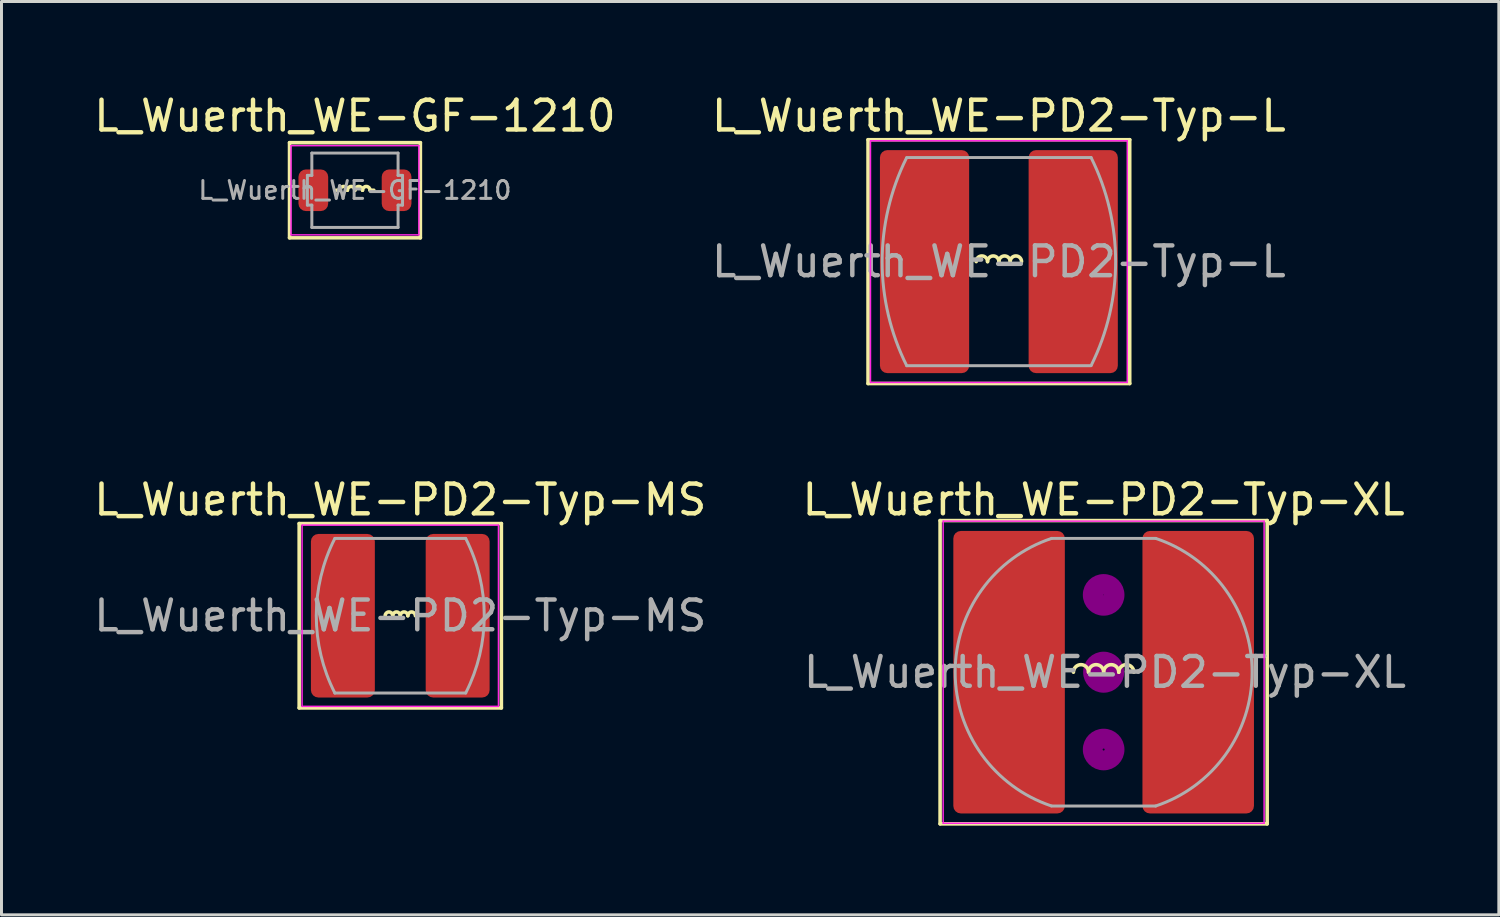
<source format=kicad_pcb>
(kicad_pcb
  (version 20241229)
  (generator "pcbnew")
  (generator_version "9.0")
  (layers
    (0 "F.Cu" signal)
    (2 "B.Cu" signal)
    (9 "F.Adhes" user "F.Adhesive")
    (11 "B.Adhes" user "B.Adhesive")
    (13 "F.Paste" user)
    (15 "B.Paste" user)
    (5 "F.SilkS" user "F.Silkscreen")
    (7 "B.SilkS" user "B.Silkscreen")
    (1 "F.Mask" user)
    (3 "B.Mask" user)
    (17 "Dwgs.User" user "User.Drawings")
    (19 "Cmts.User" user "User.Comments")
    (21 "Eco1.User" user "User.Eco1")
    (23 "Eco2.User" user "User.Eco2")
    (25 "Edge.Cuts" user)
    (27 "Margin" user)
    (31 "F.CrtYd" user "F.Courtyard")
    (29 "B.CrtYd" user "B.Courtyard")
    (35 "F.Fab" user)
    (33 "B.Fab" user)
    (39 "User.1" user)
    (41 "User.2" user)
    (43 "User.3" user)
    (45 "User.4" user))
  (footprint "L_Wuerth_WE-PD2-Typ-L"
    (layer "F.Cu")
    (at 30.542 5.748)
    (property "Reference" "L_Wuerth_WE-PD2-Typ-L" (at 0 -4.9 0) (layer "F.SilkS") (effects (font (size 1 1) (thickness 0.15))))
    (attr smd)
    (fp_line (start -4.4 -4.1) (end -4.4 4.1) (stroke (width 0.12) (type solid)) (layer "F.SilkS"))
    (fp_line (start -4.4 4.1) (end 4.4 4.1) (stroke (width 0.12) (type solid)) (layer "F.SilkS"))
    (fp_line (start 4.4 -4.1) (end -4.4 -4.1) (stroke (width 0.12) (type solid)) (layer "F.SilkS"))
    (fp_line (start 4.4 4.1) (end 4.4 -4.1) (stroke (width 0.12) (type solid)) (layer "F.SilkS"))
    (fp_arc (start -0.762 0) (mid -0.5715 -0.1905) (end -0.381 0) (stroke (width 0.12) (type solid)) (layer "F.SilkS"))
    (fp_arc (start -0.381 0) (mid -0.1905 -0.1905) (end 0 0) (stroke (width 0.12) (type solid)) (layer "F.SilkS"))
    (fp_arc (start 0 0) (mid 0.1905 -0.1905) (end 0.381 0) (stroke (width 0.12) (type solid)) (layer "F.SilkS"))
    (fp_arc (start 0.381 0) (mid 0.5715 -0.1905) (end 0.762 0) (stroke (width 0.12) (type solid)) (layer "F.SilkS"))
    (fp_line (start -4.318 -4.064) (end 4.318 -4.064) (stroke (width 0.05) (type solid)) (layer "F.CrtYd"))
    (fp_line (start -4.318 4.064) (end -4.318 -4.064) (stroke (width 0.05) (type solid)) (layer "F.CrtYd"))
    (fp_line (start 4.318 -4.064) (end 4.318 4.064) (stroke (width 0.05) (type solid)) (layer "F.CrtYd"))
    (fp_line (start 4.318 4.064) (end -4.318 4.064) (stroke (width 0.05) (type solid)) (layer "F.CrtYd"))
    (fp_line (start -3.1 3.5) (end 3.1 3.5) (stroke (width 0.1) (type solid)) (layer "F.Fab"))
    (fp_line (start 3.1 -3.5) (end -3.1 -3.5) (stroke (width 0.1) (type solid)) (layer "F.Fab"))
    (fp_arc (start -3.1 3.5) (mid -3.926233 0.008885) (end -3.107929 -3.484096) (stroke (width 0.1) (type solid)) (layer "F.Fab"))
    (fp_arc (start 3.1 -3.5) (mid 3.926233 -0.008885) (end 3.107929 3.484096) (stroke (width 0.1) (type solid)) (layer "F.Fab"))
    (fp_text user "${REFERENCE}" (at 0 0 0) (layer "F.Fab") (effects (font (size 1 1) (thickness 0.15))))
    (pad "1" smd roundrect (at -2.5 0) (size 3 7.5) (layers "F.Cu" "F.Mask" "F.Paste") (roundrect_rratio 0.083))
    (pad "2" smd roundrect (at 2.5 0) (size 3 7.5) (layers "F.Cu" "F.Mask" "F.Paste") (roundrect_rratio 0.083)))
  (footprint "L_Wuerth_WE-PD2-Typ-XL"
    (layer "F.Cu")
    (at 34.065 19.556)
    (property "Reference" "L_Wuerth_WE-PD2-Typ-XL" (at 0 -5.8 0) (layer "F.SilkS") (effects (font (size 1 1) (thickness 0.15))))
    (attr smd)
    (fp_line (start -5.5 -5.1) (end -5.5 5.1) (stroke (width 0.12) (type solid)) (layer "F.SilkS"))
    (fp_line (start -5.5 5.1) (end 5.5 5.1) (stroke (width 0.12) (type solid)) (layer "F.SilkS"))
    (fp_line (start 5.5 -5.1) (end -5.5 -5.1) (stroke (width 0.12) (type solid)) (layer "F.SilkS"))
    (fp_line (start 5.5 5.1) (end 5.5 -5.1) (stroke (width 0.12) (type solid)) (layer "F.SilkS"))
    (fp_arc (start -1.016 0) (mid -0.762 -0.254) (end -0.508 0) (stroke (width 0.12) (type solid)) (layer "F.SilkS"))
    (fp_arc (start -0.508 0) (mid -0.254 -0.254) (end 0 0) (stroke (width 0.12) (type solid)) (layer "F.SilkS"))
    (fp_arc (start 0 0) (mid 0.254 -0.254) (end 0.508 0) (stroke (width 0.12) (type solid)) (layer "F.SilkS"))
    (fp_arc (start 0.508 0) (mid 0.762 -0.254) (end 1.016 0) (stroke (width 0.12) (type solid)) (layer "F.SilkS"))
    (fp_circle (center 0 -2.6) (end 0.2 -2.6) (stroke (width 0.38) (type solid)) (fill no) (layer "F.Adhes"))
    (fp_circle (center 0 -2.6) (end 0.5 -2.5) (stroke (width 0.38) (type solid)) (fill no) (layer "F.Adhes"))
    (fp_circle (center 0 0) (end 0.2 0) (stroke (width 0.38) (type solid)) (fill no) (layer "F.Adhes"))
    (fp_circle (center 0 0) (end 0.5 0) (stroke (width 0.38) (type solid)) (fill no) (layer "F.Adhes"))
    (fp_circle (center 0 2.6) (end 0.1 2.8) (stroke (width 0.38) (type solid)) (fill no) (layer "F.Adhes"))
    (fp_circle (center 0 2.6) (end 0.5 2.7) (stroke (width 0.38) (type solid)) (fill no) (layer "F.Adhes"))
    (fp_line (start -5.397 -5.08) (end -5.397 5.08) (stroke (width 0.05) (type solid)) (layer "F.CrtYd"))
    (fp_line (start -5.397 5.08) (end 5.397 5.08) (stroke (width 0.05) (type solid)) (layer "F.CrtYd"))
    (fp_line (start 5.397 -5.08) (end -5.397 -5.08) (stroke (width 0.05) (type solid)) (layer "F.CrtYd"))
    (fp_line (start 5.397 5.08) (end 5.397 -5.08) (stroke (width 0.05) (type solid)) (layer "F.CrtYd"))
    (fp_line (start -1.75 4.5) (end 1.75 4.5) (stroke (width 0.1) (type solid)) (layer "F.Fab"))
    (fp_line (start 1.75 -4.5) (end -1.75 -4.5) (stroke (width 0.1) (type solid)) (layer "F.Fab"))
    (fp_arc (start -1.760214 4.496582) (mid -4.993413 -0.005385) (end -1.75 -4.5) (stroke (width 0.1) (type solid)) (layer "F.Fab"))
    (fp_arc (start 1.760214 -4.496582) (mid 4.993413 0.005385) (end 1.75 4.5) (stroke (width 0.1) (type solid)) (layer "F.Fab"))
    (fp_text user "${REFERENCE}" (at 0.045 0 0) (layer "F.Fab") (effects (font (size 1 1) (thickness 0.15))))
    (pad "1" smd roundrect (at -3.18 0) (size 3.75 9.5) (layers "F.Cu" "F.Mask" "F.Paste") (roundrect_rratio 0.067))
    (pad "2" smd roundrect (at 3.18 0) (size 3.75 9.5) (layers "F.Cu" "F.Mask" "F.Paste") (roundrect_rratio 0.067)))
  (footprint "L_Wuerth_WE-PD2-Typ-MS"
    (layer "F.Cu")
    (at 10.411 17.657)
    (property "Reference" "L_Wuerth_WE-PD2-Typ-MS" (at 0 -3.9 0) (layer "F.SilkS") (effects (font (size 1 1) (thickness 0.15))))
    (attr smd)
    (fp_line (start -3.4 -3.1) (end -3.4 3.1) (stroke (width 0.12) (type solid)) (layer "F.SilkS"))
    (fp_line (start -3.4 3.1) (end 3.4 3.1) (stroke (width 0.12) (type solid)) (layer "F.SilkS"))
    (fp_line (start 3.4 -3.1) (end -3.4 -3.1) (stroke (width 0.12) (type solid)) (layer "F.SilkS"))
    (fp_line (start 3.4 3.1) (end 3.4 -3.1) (stroke (width 0.12) (type solid)) (layer "F.SilkS"))
    (fp_arc (start -0.508 0) (mid -0.381 -0.127) (end -0.254 0) (stroke (width 0.12) (type solid)) (layer "F.SilkS"))
    (fp_arc (start -0.254 0) (mid -0.127 -0.127) (end 0 0) (stroke (width 0.12) (type solid)) (layer "F.SilkS"))
    (fp_arc (start 0 0) (mid 0.127 -0.127) (end 0.254 0) (stroke (width 0.12) (type solid)) (layer "F.SilkS"))
    (fp_arc (start 0.254 0) (mid 0.381 -0.127) (end 0.508 0) (stroke (width 0.12) (type solid)) (layer "F.SilkS"))
    (fp_line (start -3.302 -3.048) (end 3.302 -3.048) (stroke (width 0.05) (type solid)) (layer "F.CrtYd"))
    (fp_line (start -3.302 3.048) (end -3.302 -3.048) (stroke (width 0.05) (type solid)) (layer "F.CrtYd"))
    (fp_line (start 3.302 -3.048) (end 3.302 3.048) (stroke (width 0.05) (type solid)) (layer "F.CrtYd"))
    (fp_line (start 3.302 3.048) (end -3.302 3.048) (stroke (width 0.05) (type solid)) (layer "F.CrtYd"))
    (fp_line (start -2.2 -2.6) (end 2.2 -2.6) (stroke (width 0.1) (type solid)) (layer "F.Fab"))
    (fp_line (start 2.2 2.6) (end -2.2 2.6) (stroke (width 0.1) (type solid)) (layer "F.Fab"))
    (fp_arc (start -2.2 2.6) (mid -2.824509 0.001265) (end -2.201149 -2.597745) (stroke (width 0.1) (type solid)) (layer "F.Fab"))
    (fp_arc (start 2.2 -2.6) (mid 2.824509 -0.001265) (end 2.201149 2.597745) (stroke (width 0.1) (type solid)) (layer "F.Fab"))
    (fp_text user "${REFERENCE}" (at 0 0 0) (layer "F.Fab") (effects (font (size 1 1) (thickness 0.15))))
    (pad "1" smd roundrect (at -1.93 0) (size 2.15 5.5) (layers "F.Cu" "F.Mask" "F.Paste") (roundrect_rratio 0.116))
    (pad "2" smd roundrect (at 1.93 0) (size 2.15 5.5) (layers "F.Cu" "F.Mask" "F.Paste") (roundrect_rratio 0.116)))
  (footprint "L_Wuerth_WE-GF-1210"
    (layer "F.Cu")
    (at 8.887 3.348)
    (property "Reference" "L_Wuerth_WE-GF-1210" (at 0 -2.5 0) (layer "F.SilkS") (effects (font (size 1 1) (thickness 0.15))))
    (attr smd)
    (fp_line (start -2.2 -1.6) (end -2.2 1.6) (stroke (width 0.12) (type solid)) (layer "F.SilkS"))
    (fp_line (start -2.2 1.6) (end 2.2 1.6) (stroke (width 0.12) (type solid)) (layer "F.SilkS"))
    (fp_line (start -0.508 0) (end -0.635 0) (stroke (width 0.12) (type solid)) (layer "F.SilkS"))
    (fp_line (start 0.635 0) (end 0.508 0) (stroke (width 0.12) (type solid)) (layer "F.SilkS"))
    (fp_line (start 2.2 -1.6) (end -2.2 -1.6) (stroke (width 0.12) (type solid)) (layer "F.SilkS"))
    (fp_line (start 2.2 1.6) (end 2.2 -1.6) (stroke (width 0.12) (type solid)) (layer "F.SilkS"))
    (fp_arc (start -0.508 0) (mid -0.381 -0.127) (end -0.254 0) (stroke (width 0.12) (type solid)) (layer "F.SilkS"))
    (fp_arc (start -0.254 0) (mid -0.127 -0.127) (end 0 0) (stroke (width 0.12) (type solid)) (layer "F.SilkS"))
    (fp_arc (start 0 0) (mid 0.127 -0.127) (end 0.254 0) (stroke (width 0.12) (type solid)) (layer "F.SilkS"))
    (fp_arc (start 0.254 0) (mid 0.381 -0.127) (end 0.508 0) (stroke (width 0.12) (type solid)) (layer "F.SilkS"))
    (fp_line (start -2.15 -1.5) (end -2.15 1.5) (stroke (width 0.05) (type solid)) (layer "F.CrtYd"))
    (fp_line (start -2.15 -1.5) (end 2.15 -1.5) (stroke (width 0.05) (type solid)) (layer "F.CrtYd"))
    (fp_line (start -2.15 1.5) (end 2.15 1.5) (stroke (width 0.05) (type solid)) (layer "F.CrtYd"))
    (fp_line (start 2.15 -1.5) (end 2.15 1.5) (stroke (width 0.05) (type solid)) (layer "F.CrtYd"))
    (fp_line (start -1.6 -0.5) (end -1.6 0.5) (stroke (width 0.1) (type solid)) (layer "F.Fab"))
    (fp_line (start -1.6 -0.5) (end -1.45 -0.5) (stroke (width 0.1) (type solid)) (layer "F.Fab"))
    (fp_line (start -1.45 -1.25) (end -1.45 -0.5) (stroke (width 0.1) (type solid)) (layer "F.Fab"))
    (fp_line (start -1.45 -1.25) (end 1.45 -1.25) (stroke (width 0.1) (type solid)) (layer "F.Fab"))
    (fp_line (start -1.45 0.5) (end -1.6 0.5) (stroke (width 0.1) (type solid)) (layer "F.Fab"))
    (fp_line (start -1.45 0.5) (end -1.45 1.25) (stroke (width 0.1) (type solid)) (layer "F.Fab"))
    (fp_line (start -1.45 1.25) (end 1.45 1.25) (stroke (width 0.1) (type solid)) (layer "F.Fab"))
    (fp_line (start 1.45 -1.25) (end 1.45 -0.5) (stroke (width 0.1) (type solid)) (layer "F.Fab"))
    (fp_line (start 1.45 -0.5) (end 1.6 -0.5) (stroke (width 0.1) (type solid)) (layer "F.Fab"))
    (fp_line (start 1.45 0.5) (end 1.45 1.25) (stroke (width 0.1) (type solid)) (layer "F.Fab"))
    (fp_line (start 1.6 -0.5) (end 1.6 0.5) (stroke (width 0.1) (type solid)) (layer "F.Fab"))
    (fp_line (start 1.6 0.5) (end 1.45 0.5) (stroke (width 0.1) (type solid)) (layer "F.Fab"))
    (fp_text user "${REFERENCE}" (at 0 0 0) (layer "F.Fab") (effects (font (size 0.6 0.6) (thickness 0.1))))
    (pad "1" smd roundrect (at -1.4 0) (size 1 1.4) (layers "F.Cu" "F.Mask" "F.Paste") (roundrect_rratio 0.25))
    (pad "2" smd roundrect (at 1.4 0) (size 1 1.4) (layers "F.Cu" "F.Mask" "F.Paste") (roundrect_rratio 0.25)))
  (gr_rect
    (start -3 -3)
    (end 47.355 27.716)
    (stroke (width 0.1) (type default))
    (fill no)
    (layer "Edge.Cuts")))
</source>
